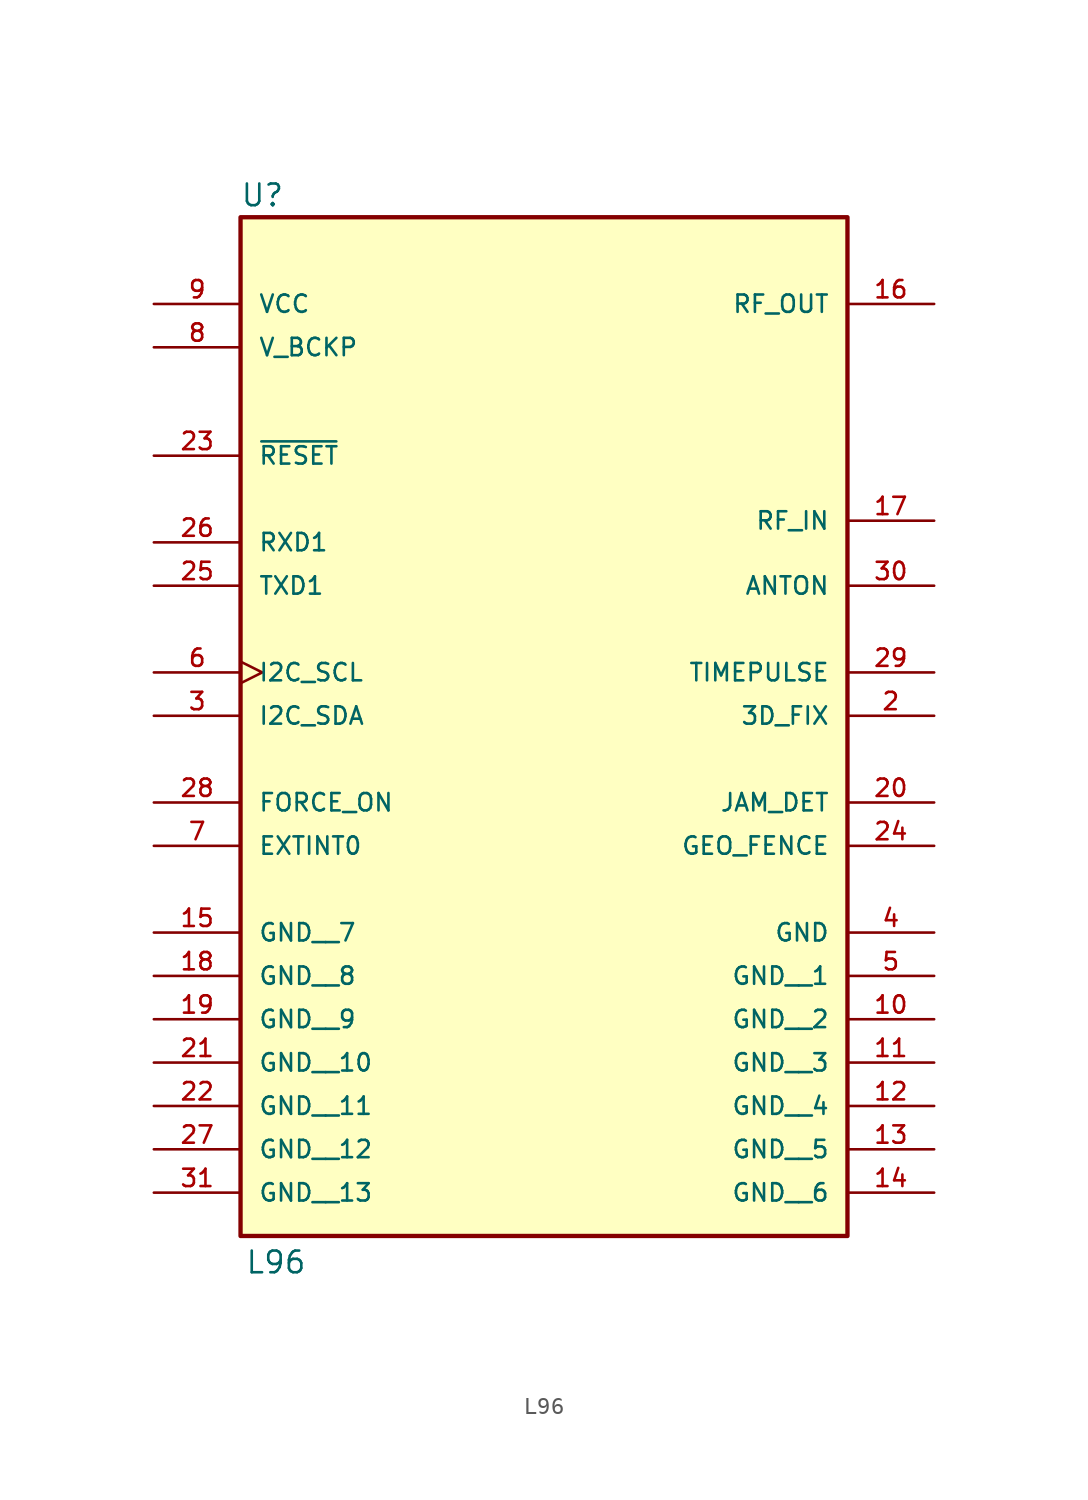
<source format=kicad_sym>
(kicad_symbol_lib
  (version 20231120)
  (generator "kicad_symbol_editor")
  (generator_version "8.0")
  (symbol "L96"
    (pin_names
      (offset 1.016))
    (property "Reference" "U"
      (at -17.81 23.404 0)
      (effects (font (size 1.27 1.27)) (justify left bottom)))
    (property "Value" "L96"
      (at -17.526 -39.116 0)
      (effects (font (size 1.27 1.27)) (justify left bottom)))
    (symbol "L96_0_0"
      (rectangle (start -17.78 22.86) (end 17.78 -36.83) (stroke (width 0.254) (type default)) (fill (type background)))
      (pin power_in line (at 22.86 -24.13 180) (length 5.08) (name "GND__2" (effects (font (size 1.016 1.016)))) (number "10" (effects (font (size 1.016 1.016)))))
      (pin power_in line (at 22.86 -26.67 180) (length 5.08) (name "GND__3" (effects (font (size 1.016 1.016)))) (number "11" (effects (font (size 1.016 1.016)))))
      (pin power_in line (at 22.86 -29.21 180) (length 5.08) (name "GND__4" (effects (font (size 1.016 1.016)))) (number "12" (effects (font (size 1.016 1.016)))))
      (pin power_in line (at 22.86 -31.75 180) (length 5.08) (name "GND__5" (effects (font (size 1.016 1.016)))) (number "13" (effects (font (size 1.016 1.016)))))
      (pin power_in line (at 22.86 -34.29 180) (length 5.08) (name "GND__6" (effects (font (size 1.016 1.016)))) (number "14" (effects (font (size 1.016 1.016)))))
      (pin power_in line (at -22.86 -19.05 0) (length 5.08) (name "GND__7" (effects (font (size 1.016 1.016)))) (number "15" (effects (font (size 1.016 1.016)))))
      (pin output line (at 22.86 17.78 180) (length 5.08) (name "RF_OUT" (effects (font (size 1.016 1.016)))) (number "16" (effects (font (size 1.016 1.016)))))
      (pin input line (at 22.86 5.08 180) (length 5.08) (name "RF_IN" (effects (font (size 1.016 1.016)))) (number "17" (effects (font (size 1.016 1.016)))))
      (pin power_in line (at -22.86 -21.59 0) (length 5.08) (name "GND__8" (effects (font (size 1.016 1.016)))) (number "18" (effects (font (size 1.016 1.016)))))
      (pin power_in line (at -22.86 -24.13 0) (length 5.08) (name "GND__9" (effects (font (size 1.016 1.016)))) (number "19" (effects (font (size 1.016 1.016)))))
      (pin output line (at 22.86 -6.35 180) (length 5.08) (name "3D_FIX" (effects (font (size 1.016 1.016)))) (number "2" (effects (font (size 1.016 1.016)))))
      (pin output line (at 22.86 -11.43 180) (length 5.08) (name "JAM_DET" (effects (font (size 1.016 1.016)))) (number "20" (effects (font (size 1.016 1.016)))))
      (pin power_in line (at -22.86 -26.67 0) (length 5.08) (name "GND__10" (effects (font (size 1.016 1.016)))) (number "21" (effects (font (size 1.016 1.016)))))
      (pin power_in line (at -22.86 -29.21 0) (length 5.08) (name "GND__11" (effects (font (size 1.016 1.016)))) (number "22" (effects (font (size 1.016 1.016)))))
      (pin input line (at -22.86 8.89 0) (length 5.08) (name "~{RESET}" (effects (font (size 1.016 1.016)))) (number "23" (effects (font (size 1.016 1.016)))))
      (pin output line (at 22.86 -13.97 180) (length 5.08) (name "GEO_FENCE" (effects (font (size 1.016 1.016)))) (number "24" (effects (font (size 1.016 1.016)))))
      (pin output line (at -22.86 1.27 0) (length 5.08) (name "TXD1" (effects (font (size 1.016 1.016)))) (number "25" (effects (font (size 1.016 1.016)))))
      (pin input line (at -22.86 3.81 0) (length 5.08) (name "RXD1" (effects (font (size 1.016 1.016)))) (number "26" (effects (font (size 1.016 1.016)))))
      (pin power_in line (at -22.86 -31.75 0) (length 5.08) (name "GND__12" (effects (font (size 1.016 1.016)))) (number "27" (effects (font (size 1.016 1.016)))))
      (pin input line (at -22.86 -11.43 0) (length 5.08) (name "FORCE_ON" (effects (font (size 1.016 1.016)))) (number "28" (effects (font (size 1.016 1.016)))))
      (pin output line (at 22.86 -3.81 180) (length 5.08) (name "TIMEPULSE" (effects (font (size 1.016 1.016)))) (number "29" (effects (font (size 1.016 1.016)))))
      (pin bidirectional line (at -22.86 -6.35 0) (length 5.08) (name "I2C_SDA" (effects (font (size 1.016 1.016)))) (number "3" (effects (font (size 1.016 1.016)))))
      (pin output line (at 22.86 1.27 180) (length 5.08) (name "ANTON" (effects (font (size 1.016 1.016)))) (number "30" (effects (font (size 1.016 1.016)))))
      (pin power_in line (at -22.86 -34.29 0) (length 5.08) (name "GND__13" (effects (font (size 1.016 1.016)))) (number "31" (effects (font (size 1.016 1.016)))))
      (pin power_in line (at 22.86 -19.05 180) (length 5.08) (name "GND" (effects (font (size 1.016 1.016)))) (number "4" (effects (font (size 1.016 1.016)))))
      (pin power_in line (at 22.86 -21.59 180) (length 5.08) (name "GND__1" (effects (font (size 1.016 1.016)))) (number "5" (effects (font (size 1.016 1.016)))))
      (pin bidirectional clock (at -22.86 -3.81 0) (length 5.08) (name "I2C_SCL" (effects (font (size 1.016 1.016)))) (number "6" (effects (font (size 1.016 1.016)))))
      (pin input line (at -22.86 -13.97 0) (length 5.08) (name "EXTINT0" (effects (font (size 1.016 1.016)))) (number "7" (effects (font (size 1.016 1.016)))))
      (pin power_in line (at -22.86 15.24 0) (length 5.08) (name "V_BCKP" (effects (font (size 1.016 1.016)))) (number "8" (effects (font (size 1.016 1.016)))))
      (pin power_in line (at -22.86 17.78 0) (length 5.08) (name "VCC" (effects (font (size 1.016 1.016)))) (number "9" (effects (font (size 1.016 1.016))))))
    (symbol "L96_1_1"
      (pin no_connect line (at 0 -17.78 180) (length 2.54) hide (name "NC" (effects (font (size 1.27 1.27)))) (number "1" (effects (font (size 1.27 1.27))))))))
</source>
